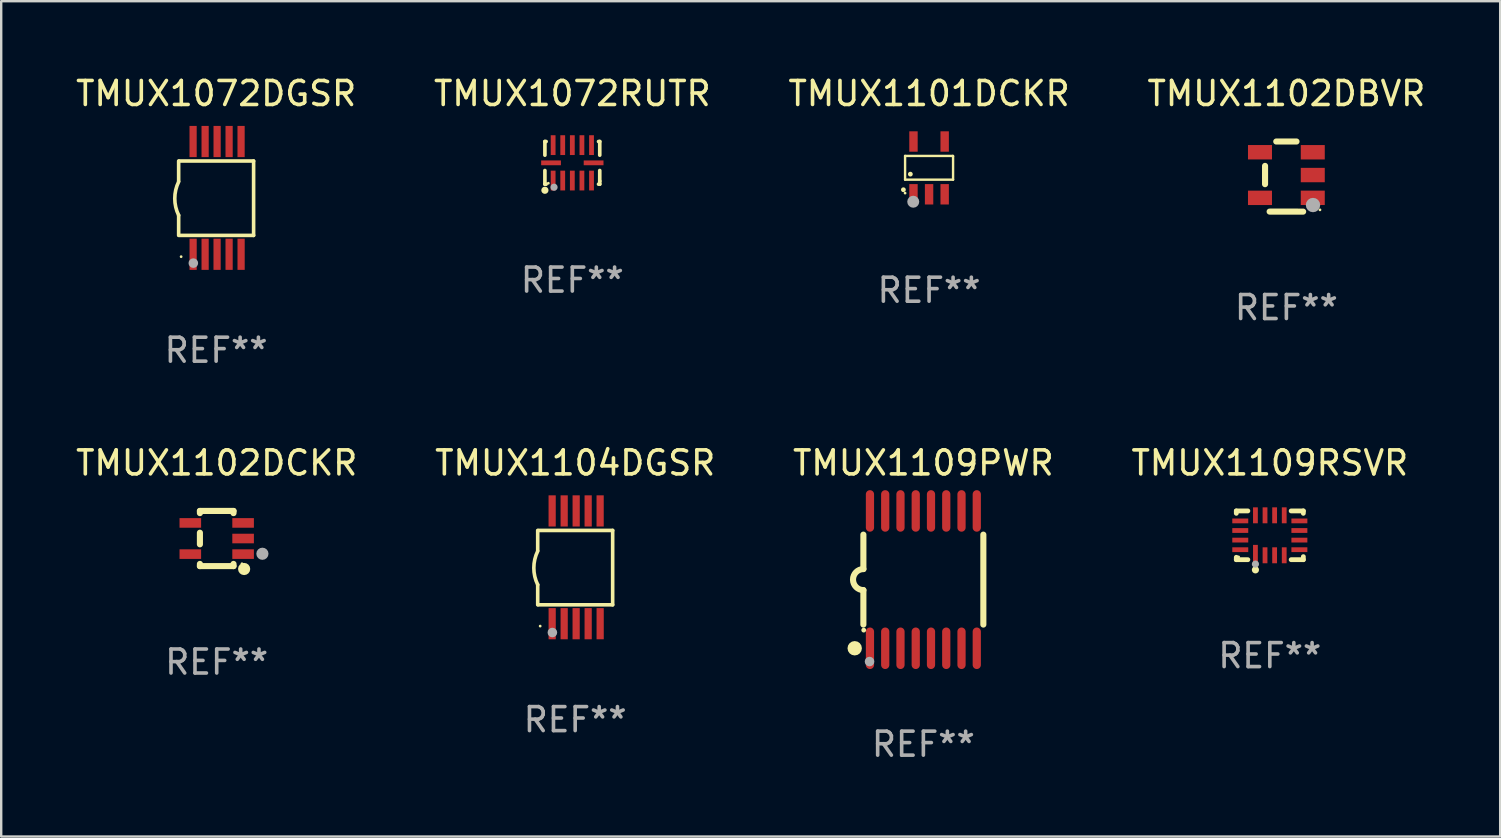
<source format=kicad_pcb>
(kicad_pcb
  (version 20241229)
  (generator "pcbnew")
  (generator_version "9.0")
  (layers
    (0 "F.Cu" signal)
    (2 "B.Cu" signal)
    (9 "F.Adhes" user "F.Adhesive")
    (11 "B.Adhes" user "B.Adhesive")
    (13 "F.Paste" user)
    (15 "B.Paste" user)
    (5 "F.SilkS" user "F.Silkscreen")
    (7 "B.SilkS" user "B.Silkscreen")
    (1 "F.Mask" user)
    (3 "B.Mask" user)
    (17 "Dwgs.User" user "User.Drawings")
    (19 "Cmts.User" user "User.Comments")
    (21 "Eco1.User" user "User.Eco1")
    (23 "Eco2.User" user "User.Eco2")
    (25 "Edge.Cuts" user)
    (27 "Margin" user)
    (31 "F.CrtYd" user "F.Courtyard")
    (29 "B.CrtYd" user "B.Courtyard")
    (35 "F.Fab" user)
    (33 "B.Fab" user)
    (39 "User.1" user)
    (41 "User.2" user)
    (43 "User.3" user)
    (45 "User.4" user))
  (footprint "TMUX1104DGSR"
    (layer "F.Cu")
    (at 20.923 20.595)
    (property "Reference" "TMUX1104DGSR" (at 0 -4.35 0) (layer "F.SilkS") (effects (font (size 1 1) (thickness 0.15))))
    (attr through_hole)
    (fp_line (start -1.562 -1.537) (end -1.562 -0.698) (stroke (width 0.15) (type solid)) (layer "F.SilkS"))
    (fp_line (start -1.562 0.724) (end -1.562 1.562) (stroke (width 0.15) (type solid)) (layer "F.SilkS"))
    (fp_line (start -1.538 -1.537) (end 1.562 -1.537) (stroke (width 0.15) (type solid)) (layer "F.SilkS"))
    (fp_line (start -1.538 1.562) (end 1.562 1.562) (stroke (width 0.15) (type solid)) (layer "F.SilkS"))
    (fp_line (start 1.562 1.564) (end 1.562 -1.537) (stroke (width 0.15) (type solid)) (layer "F.SilkS"))
    (fp_arc (start -1.562103 0.724079) (mid -1.723579 0.025578) (end -1.562103 -0.672924) (stroke (width 0.150013) (type solid)) (layer "F.SilkS"))
    (fp_circle (center -1.459 2.45) (end -1.429 2.45) (stroke (width 0.06) (type solid)) (fill no) (layer "F.SilkS"))
    (fp_circle (center -0.95 2.718) (end -0.85 2.718) (stroke (width 0.2) (type solid)) (fill no) (layer "F.Fab"))
    (fp_text user "REF**" (at 0 6.35 0) (layer "F.Fab") (effects (font (size 1 1) (thickness 0.15))))
    (pad "1" smd rect (at -0.959 2.35) (size 0.3 1.3) (layers "F.Cu" "F.Mask" "F.Paste"))
    (pad "2" smd rect (at -0.459 2.35) (size 0.3 1.3) (layers "F.Cu" "F.Mask" "F.Paste"))
    (pad "3" smd rect (at 0.04 2.35) (size 0.3 1.3) (layers "F.Cu" "F.Mask" "F.Paste"))
    (pad "4" smd rect (at 0.541 2.35) (size 0.3 1.3) (layers "F.Cu" "F.Mask" "F.Paste"))
    (pad "5" smd rect (at 1.041 2.35) (size 0.3 1.3) (layers "F.Cu" "F.Mask" "F.Paste"))
    (pad "6" smd rect (at 1.04 -2.35) (size 0.3 1.3) (layers "F.Cu" "F.Mask" "F.Paste"))
    (pad "7" smd rect (at 0.541 -2.35) (size 0.3 1.3) (layers "F.Cu" "F.Mask" "F.Paste"))
    (pad "8" smd rect (at 0.041 -2.35) (size 0.3 1.3) (layers "F.Cu" "F.Mask" "F.Paste"))
    (pad "9" smd rect (at -0.459 -2.35) (size 0.3 1.3) (layers "F.Cu" "F.Mask" "F.Paste"))
    (pad "10" smd rect (at -0.96 -2.35) (size 0.3 1.3) (layers "F.Cu" "F.Mask" "F.Paste")))
  (footprint "TMUX1101DCKR"
    (layer "F.Cu")
    (at 35.673 3.948)
    (property "Reference" "TMUX1101DCKR" (at 0 -3.1 0) (layer "F.SilkS") (effects (font (size 1 1) (thickness 0.15))))
    (attr through_hole)
    (fp_line (start -1 -0.5) (end -1 0.49) (stroke (width 0.1) (type solid)) (layer "F.SilkS"))
    (fp_line (start -1 0.49) (end 1 0.49) (stroke (width 0.1) (type solid)) (layer "F.SilkS"))
    (fp_line (start 0.99 -0.5) (end -1 -0.5) (stroke (width 0.1) (type solid)) (layer "F.SilkS"))
    (fp_line (start 1 -0.49) (end 0.99 -0.5) (stroke (width 0.1) (type solid)) (layer "F.SilkS"))
    (fp_line (start 1 0.49) (end 1 -0.49) (stroke (width 0.1) (type solid)) (layer "F.SilkS"))
    (fp_circle (center -1.07 0.91) (end -1.02 0.91) (stroke (width 0.1) (type solid)) (fill no) (layer "F.SilkS"))
    (fp_circle (center -1 1.05) (end -0.97 1.05) (stroke (width 0.06) (type solid)) (fill no) (layer "F.SilkS"))
    (fp_circle (center -0.78 0.26) (end -0.73 0.26) (stroke (width 0.1) (type solid)) (fill no) (layer "F.SilkS"))
    (fp_circle (center -0.66 1.41) (end -0.535 1.41) (stroke (width 0.25) (type solid)) (fill no) (layer "F.Fab"))
    (fp_text user "REF**" (at 0 5.1 0) (layer "F.Fab") (effects (font (size 1 1) (thickness 0.15))))
    (pad "1" smd rect (at -0.65 1.1) (size 0.35 0.85) (layers "F.Cu" "F.Mask" "F.Paste"))
    (pad "2" smd rect (at 0.000051 1.1) (size 0.35 0.85) (layers "F.Cu" "F.Mask" "F.Paste"))
    (pad "3" smd rect (at 0.65 1.1) (size 0.35 0.85) (layers "F.Cu" "F.Mask" "F.Paste"))
    (pad "4" smd rect (at 0.65 -1.1) (size 0.35 0.85) (layers "F.Cu" "F.Mask" "F.Paste"))
    (pad "5" smd rect (at -0.65 -1.1) (size 0.35 0.85) (layers "F.Cu" "F.Mask" "F.Paste")))
  (footprint "TMUX1072RUTR"
    (layer "F.Cu")
    (at 20.804 3.737)
    (property "Reference" "TMUX1072RUTR" (at 0 -2.889 0) (layer "F.SilkS") (effects (font (size 1 1) (thickness 0.15))))
    (attr through_hole)
    (fp_line (start -1.143 -0.889) (end -1.143 -0.32) (stroke (width 0.152) (type solid)) (layer "F.SilkS"))
    (fp_line (start -1.143 0.32) (end -1.143 0.889) (stroke (width 0.152) (type solid)) (layer "F.SilkS"))
    (fp_line (start -1.143 0.889) (end -1.092 0.889) (stroke (width 0.152) (type solid)) (layer "F.SilkS"))
    (fp_line (start -1.092 -0.889) (end -1.143 -0.889) (stroke (width 0.152) (type solid)) (layer "F.SilkS"))
    (fp_line (start 1.092 0.889) (end 1.143 0.889) (stroke (width 0.152) (type solid)) (layer "F.SilkS"))
    (fp_line (start 1.143 -0.889) (end 1.092 -0.889) (stroke (width 0.152) (type solid)) (layer "F.SilkS"))
    (fp_line (start 1.143 -0.32) (end 1.143 -0.889) (stroke (width 0.152) (type solid)) (layer "F.SilkS"))
    (fp_line (start 1.143 0.762) (end 1.143 0.32) (stroke (width 0.152) (type solid)) (layer "F.SilkS"))
    (fp_line (start 1.143 0.889) (end 1.143 0.762) (stroke (width 0.152) (type solid)) (layer "F.SilkS"))
    (fp_circle (center -1.143 1.143) (end -1.068 1.143) (stroke (width 0.15) (type solid)) (fill no) (layer "F.SilkS"))
    (fp_circle (center -1 0.85) (end -0.97 0.85) (stroke (width 0.06) (type solid)) (fill no) (layer "F.SilkS"))
    (fp_circle (center -0.762 1.016) (end -0.687 1.016) (stroke (width 0.15) (type solid)) (fill no) (layer "F.Fab"))
    (fp_text user "REF**" (at 0 4.889 0) (layer "F.Fab") (effects (font (size 1 1) (thickness 0.15))))
    (pad "1" smd rect (at -0.8 0.738) (size 0.2 0.825) (layers "F.Cu" "F.Mask" "F.Paste"))
    (pad "2" smd rect (at -0.4 0.738) (size 0.2 0.825) (layers "F.Cu" "F.Mask" "F.Paste"))
    (pad "3" smd rect (at 0 0.738) (size 0.2 0.825) (layers "F.Cu" "F.Mask" "F.Paste"))
    (pad "4" smd rect (at 0.4 0.738) (size 0.2 0.825) (layers "F.Cu" "F.Mask" "F.Paste"))
    (pad "5" smd rect (at 0.8 0.738) (size 0.2 0.825) (layers "F.Cu" "F.Mask" "F.Paste"))
    (pad "6" smd rect (at 0.887 0) (size 0.825 0.2) (layers "F.Cu" "F.Mask" "F.Paste"))
    (pad "7" smd rect (at 0.8 -0.738) (size 0.2 0.825) (layers "F.Cu" "F.Mask" "F.Paste"))
    (pad "8" smd rect (at 0.4 -0.738) (size 0.2 0.825) (layers "F.Cu" "F.Mask" "F.Paste"))
    (pad "9" smd rect (at 0 -0.738) (size 0.2 0.825) (layers "F.Cu" "F.Mask" "F.Paste"))
    (pad "10" smd rect (at -0.4 -0.738) (size 0.2 0.825) (layers "F.Cu" "F.Mask" "F.Paste"))
    (pad "11" smd rect (at -0.8 -0.738) (size 0.2 0.825) (layers "F.Cu" "F.Mask" "F.Paste"))
    (pad "12" smd rect (at -0.887 0) (size 0.825 0.2) (layers "F.Cu" "F.Mask" "F.Paste")))
  (footprint "TMUX1072DGSR"
    (layer "F.Cu")
    (at 5.958 5.198)
    (property "Reference" "TMUX1072DGSR" (at 0 -4.35 0) (layer "F.SilkS") (effects (font (size 1 1) (thickness 0.15))))
    (attr through_hole)
    (fp_line (start -1.562 -1.537) (end -1.562 -0.698) (stroke (width 0.15) (type solid)) (layer "F.SilkS"))
    (fp_line (start -1.562 0.724) (end -1.562 1.562) (stroke (width 0.15) (type solid)) (layer "F.SilkS"))
    (fp_line (start -1.538 -1.537) (end 1.562 -1.537) (stroke (width 0.15) (type solid)) (layer "F.SilkS"))
    (fp_line (start -1.538 1.562) (end 1.562 1.562) (stroke (width 0.15) (type solid)) (layer "F.SilkS"))
    (fp_line (start 1.562 1.564) (end 1.562 -1.537) (stroke (width 0.15) (type solid)) (layer "F.SilkS"))
    (fp_arc (start -1.562103 0.724079) (mid -1.723579 0.025578) (end -1.562103 -0.672924) (stroke (width 0.150013) (type solid)) (layer "F.SilkS"))
    (fp_circle (center -1.459 2.45) (end -1.429 2.45) (stroke (width 0.06) (type solid)) (fill no) (layer "F.SilkS"))
    (fp_circle (center -0.95 2.718) (end -0.85 2.718) (stroke (width 0.2) (type solid)) (fill no) (layer "F.Fab"))
    (fp_text user "REF**" (at 0 6.35 0) (layer "F.Fab") (effects (font (size 1 1) (thickness 0.15))))
    (pad "1" smd rect (at -0.959 2.35) (size 0.3 1.3) (layers "F.Cu" "F.Mask" "F.Paste"))
    (pad "2" smd rect (at -0.459 2.35) (size 0.3 1.3) (layers "F.Cu" "F.Mask" "F.Paste"))
    (pad "3" smd rect (at 0.04 2.35) (size 0.3 1.3) (layers "F.Cu" "F.Mask" "F.Paste"))
    (pad "4" smd rect (at 0.541 2.35) (size 0.3 1.3) (layers "F.Cu" "F.Mask" "F.Paste"))
    (pad "5" smd rect (at 1.041 2.35) (size 0.3 1.3) (layers "F.Cu" "F.Mask" "F.Paste"))
    (pad "6" smd rect (at 1.04 -2.35) (size 0.3 1.3) (layers "F.Cu" "F.Mask" "F.Paste"))
    (pad "7" smd rect (at 0.541 -2.35) (size 0.3 1.3) (layers "F.Cu" "F.Mask" "F.Paste"))
    (pad "8" smd rect (at 0.041 -2.35) (size 0.3 1.3) (layers "F.Cu" "F.Mask" "F.Paste"))
    (pad "9" smd rect (at -0.459 -2.35) (size 0.3 1.3) (layers "F.Cu" "F.Mask" "F.Paste"))
    (pad "10" smd rect (at -0.96 -2.35) (size 0.3 1.3) (layers "F.Cu" "F.Mask" "F.Paste")))
  (footprint "TMUX1109RSVR"
    (layer "F.Cu")
    (at 49.875 19.261)
    (property "Reference" "TMUX1109RSVR" (at 0 -3.016 0) (layer "F.SilkS") (effects (font (size 1 1) (thickness 0.15))))
    (attr through_hole)
    (fp_line (start -1.397 -1.016) (end -1.397 -0.916) (stroke (width 0.2) (type solid)) (layer "F.SilkS"))
    (fp_line (start -1.397 0.916) (end -1.397 1.016) (stroke (width 0.2) (type solid)) (layer "F.SilkS"))
    (fp_line (start -1.397 1.016) (end -0.916 1.016) (stroke (width 0.2) (type solid)) (layer "F.SilkS"))
    (fp_line (start -0.916 -1.016) (end -1.397 -1.016) (stroke (width 0.2) (type solid)) (layer "F.SilkS"))
    (fp_line (start 0.889 -1.016) (end 1.397 -1.016) (stroke (width 0.2) (type solid)) (layer "F.SilkS"))
    (fp_line (start 1.397 -1.016) (end 1.397 -0.916) (stroke (width 0.2) (type solid)) (layer "F.SilkS"))
    (fp_line (start 1.397 0.889) (end 1.397 1.016) (stroke (width 0.2) (type solid)) (layer "F.SilkS"))
    (fp_line (start 1.397 1.016) (end 0.889 1.016) (stroke (width 0.2) (type solid)) (layer "F.SilkS"))
    (fp_circle (center -1.3 0.9) (end -1.27 0.9) (stroke (width 0.06) (type solid)) (fill no) (layer "F.SilkS"))
    (fp_circle (center -0.6 1.44) (end -0.525 1.44) (stroke (width 0.15) (type solid)) (fill no) (layer "F.SilkS"))
    (fp_circle (center -0.6 1.2) (end -0.525 1.2) (stroke (width 0.15) (type solid)) (fill no) (layer "F.Fab"))
    (fp_text user "REF**" (at 0 5.016 0) (layer "F.Fab") (effects (font (size 1 1) (thickness 0.15))))
    (pad "1" smd rect (at -0.6 0.782) (size 0.2 0.765) (layers "F.Cu" "F.Mask" "F.Paste"))
    (pad "2" smd rect (at -0.2 0.833) (size 0.2 0.665) (layers "F.Cu" "F.Mask" "F.Paste"))
    (pad "3" smd rect (at 0.2 0.833) (size 0.2 0.665) (layers "F.Cu" "F.Mask" "F.Paste"))
    (pad "4" smd rect (at 0.6 0.833) (size 0.2 0.665) (layers "F.Cu" "F.Mask" "F.Paste"))
    (pad "5" smd rect (at 1.232 0.6) (size 0.665 0.2) (layers "F.Cu" "F.Mask" "F.Paste"))
    (pad "6" smd rect (at 1.232 0.2) (size 0.665 0.2) (layers "F.Cu" "F.Mask" "F.Paste"))
    (pad "7" smd rect (at 1.232 -0.2) (size 0.665 0.2) (layers "F.Cu" "F.Mask" "F.Paste"))
    (pad "8" smd rect (at 1.232 -0.6) (size 0.665 0.2) (layers "F.Cu" "F.Mask" "F.Paste"))
    (pad "9" smd rect (at 0.6 -0.833) (size 0.2 0.665) (layers "F.Cu" "F.Mask" "F.Paste"))
    (pad "10" smd rect (at 0.2 -0.833) (size 0.2 0.665) (layers "F.Cu" "F.Mask" "F.Paste"))
    (pad "11" smd rect (at -0.2 -0.833) (size 0.2 0.665) (layers "F.Cu" "F.Mask" "F.Paste"))
    (pad "12" smd rect (at -0.6 -0.833) (size 0.2 0.665) (layers "F.Cu" "F.Mask" "F.Paste"))
    (pad "13" smd rect (at -1.232 -0.6) (size 0.665 0.2) (layers "F.Cu" "F.Mask" "F.Paste"))
    (pad "14" smd rect (at -1.232 -0.2) (size 0.665 0.2) (layers "F.Cu" "F.Mask" "F.Paste"))
    (pad "15" smd rect (at -1.232 0.2) (size 0.665 0.2) (layers "F.Cu" "F.Mask" "F.Paste"))
    (pad "16" smd rect (at -1.232 0.6) (size 0.665 0.2) (layers "F.Cu" "F.Mask" "F.Paste")))
  (footprint "TMUX1109PWR"
    (layer "F.Cu")
    (at 35.435 21.107)
    (property "Reference" "TMUX1109PWR" (at 0 -4.862 0) (layer "F.SilkS") (effects (font (size 1 1) (thickness 0.15))))
    (attr through_hole)
    (fp_line (start -2.5 -1.874) (end -2.5 -0.439) (stroke (width 0.254) (type solid)) (layer "F.SilkS"))
    (fp_line (start -2.5 1.874) (end -2.5 0.439) (stroke (width 0.254) (type solid)) (layer "F.SilkS"))
    (fp_line (start 2.5 -1.874) (end 2.5 1.874) (stroke (width 0.254) (type solid)) (layer "F.SilkS"))
    (fp_arc (start -2.5 0.438989) (mid -2.938633 -0.000597) (end -2.499365 -0.439547) (stroke (width 0.254001) (type solid)) (layer "F.SilkS"))
    (fp_circle (center -2.862 2.862) (end -2.712 2.862) (stroke (width 0.3) (type solid)) (fill no) (layer "F.SilkS"))
    (fp_circle (center -2.486 2.106) (end -2.436 2.106) (stroke (width 0.1) (type solid)) (fill no) (layer "F.SilkS"))
    (fp_circle (center -2.244 3.416) (end -2.144 3.416) (stroke (width 0.2) (type solid)) (fill no) (layer "F.Fab"))
    (fp_text user "REF**" (at 0 6.862 0) (layer "F.Fab") (effects (font (size 1 1) (thickness 0.15))))
    (pad "1" smd oval (at -2.226 2.862) (size 0.343 1.731) (layers "F.Cu" "F.Mask" "F.Paste"))
    (pad "2" smd oval (at -1.59 2.862) (size 0.343 1.731) (layers "F.Cu" "F.Mask" "F.Paste"))
    (pad "3" smd oval (at -0.954 2.862) (size 0.343 1.731) (layers "F.Cu" "F.Mask" "F.Paste"))
    (pad "4" smd oval (at -0.318 2.862) (size 0.343 1.731) (layers "F.Cu" "F.Mask" "F.Paste"))
    (pad "5" smd oval (at 0.318 2.862) (size 0.343 1.731) (layers "F.Cu" "F.Mask" "F.Paste"))
    (pad "6" smd oval (at 0.954 2.862) (size 0.343 1.731) (layers "F.Cu" "F.Mask" "F.Paste"))
    (pad "7" smd oval (at 1.59 2.862) (size 0.343 1.731) (layers "F.Cu" "F.Mask" "F.Paste"))
    (pad "8" smd oval (at 2.226 2.862) (size 0.343 1.731) (layers "F.Cu" "F.Mask" "F.Paste"))
    (pad "9" smd oval (at 2.226 -2.862) (size 0.343 1.731) (layers "F.Cu" "F.Mask" "F.Paste"))
    (pad "10" smd oval (at 1.59 -2.862) (size 0.343 1.731) (layers "F.Cu" "F.Mask" "F.Paste"))
    (pad "11" smd oval (at 0.954 -2.862) (size 0.343 1.731) (layers "F.Cu" "F.Mask" "F.Paste"))
    (pad "12" smd oval (at 0.318 -2.862) (size 0.343 1.731) (layers "F.Cu" "F.Mask" "F.Paste"))
    (pad "13" smd oval (at -0.318 -2.862) (size 0.343 1.731) (layers "F.Cu" "F.Mask" "F.Paste"))
    (pad "14" smd oval (at -0.954 -2.862) (size 0.343 1.731) (layers "F.Cu" "F.Mask" "F.Paste"))
    (pad "15" smd oval (at -1.59 -2.862) (size 0.343 1.731) (layers "F.Cu" "F.Mask" "F.Paste"))
    (pad "16" smd oval (at -2.226 -2.862) (size 0.343 1.731) (layers "F.Cu" "F.Mask" "F.Paste")))
  (footprint "TMUX1102DCKR"
    (layer "F.Cu")
    (at 5.982 19.395)
    (property "Reference" "TMUX1102DCKR" (at 0 -3.15 0) (layer "F.SilkS") (effects (font (size 1 1) (thickness 0.15))))
    (attr through_hole)
    (fp_line (start -0.7 -1.15) (end 0.7 -1.15) (stroke (width 0.254) (type solid)) (layer "F.SilkS"))
    (fp_line (start -0.7 -1.058) (end -0.7 -1.15) (stroke (width 0.254) (type solid)) (layer "F.SilkS"))
    (fp_line (start -0.7 0.242) (end -0.7 -0.242) (stroke (width 0.254) (type solid)) (layer "F.SilkS"))
    (fp_line (start -0.7 1.15) (end -0.7 1.058) (stroke (width 0.254) (type solid)) (layer "F.SilkS"))
    (fp_line (start -0.7 1.15) (end 0.7 1.15) (stroke (width 0.254) (type solid)) (layer "F.SilkS"))
    (fp_line (start 0.7 -1.058) (end 0.7 -1.15) (stroke (width 0.254) (type solid)) (layer "F.SilkS"))
    (fp_line (start 0.7 1.15) (end 0.7 1.058) (stroke (width 0.254) (type solid)) (layer "F.SilkS"))
    (fp_circle (center 1.053 1.052) (end 1.083 1.052) (stroke (width 0.06) (type solid)) (fill no) (layer "F.SilkS"))
    (fp_circle (center 1.143 1.27) (end 1.27 1.27) (stroke (width 0.254) (type solid)) (fill no) (layer "F.SilkS"))
    (fp_circle (center 1.905 0.635) (end 2.032 0.635) (stroke (width 0.254) (type solid)) (fill no) (layer "F.Fab"))
    (fp_text user "REF**" (at 0 5.15 0) (layer "F.Fab") (effects (font (size 1 1) (thickness 0.15))))
    (pad "1" smd rect (at 1.1 0.65 90) (size 0.4 0.9) (layers "F.Cu" "F.Mask" "F.Paste"))
    (pad "2" smd rect (at 1.1 0.000076 90) (size 0.4 0.9) (layers "F.Cu" "F.Mask" "F.Paste"))
    (pad "3" smd rect (at 1.1 -0.65 90) (size 0.4 0.9) (layers "F.Cu" "F.Mask" "F.Paste"))
    (pad "4" smd rect (at -1.1 -0.65 90) (size 0.4 0.9) (layers "F.Cu" "F.Mask" "F.Paste"))
    (pad "5" smd rect (at -1.1 0.65 90) (size 0.4 0.9) (layers "F.Cu" "F.Mask" "F.Paste")))
  (footprint "TMUX1102DBVR"
    (layer "F.Cu")
    (at 50.565 4.309)
    (property "Reference" "TMUX1102DBVR" (at 0 -3.461 0) (layer "F.SilkS") (effects (font (size 1 1) (thickness 0.15))))
    (attr through_hole)
    (fp_line (start -0.889 0.317) (end -0.889 -0.445) (stroke (width 0.254) (type solid)) (layer "F.SilkS"))
    (fp_line (start -0.698 1.46) (end 0.699 1.461) (stroke (width 0.254) (type solid)) (layer "F.SilkS"))
    (fp_line (start -0.422 -1.461) (end 0.422 -1.461) (stroke (width 0.254) (type solid)) (layer "F.SilkS"))
    (fp_circle (center 1.4 1.387) (end 1.43 1.387) (stroke (width 0.06) (type solid)) (fill no) (layer "F.SilkS"))
    (fp_circle (center 1.11 1.187) (end 1.26 1.187) (stroke (width 0.3) (type solid)) (fill no) (layer "F.Fab"))
    (fp_text user "REF**" (at 0 5.461 0) (layer "F.Fab") (effects (font (size 1 1) (thickness 0.15))))
    (pad "1" smd rect (at 1.1 0.886 90) (size 0.6 1) (layers "F.Cu" "F.Mask" "F.Paste"))
    (pad "2" smd rect (at 1.1 -0.063 90) (size 0.6 1) (layers "F.Cu" "F.Mask" "F.Paste"))
    (pad "3" smd rect (at 1.1 -1.013 90) (size 0.6 1) (layers "F.Cu" "F.Mask" "F.Paste"))
    (pad "4" smd rect (at -1.1 -1.014 90) (size 0.6 1) (layers "F.Cu" "F.Mask" "F.Paste"))
    (pad "5" smd rect (at -1.1 0.887 90) (size 0.6 1) (layers "F.Cu" "F.Mask" "F.Paste")))
  (gr_rect
    (start -3 -3)
    (end 59.476 31.817)
    (stroke (width 0.1) (type default))
    (fill no)
    (layer "Edge.Cuts")))
</source>
